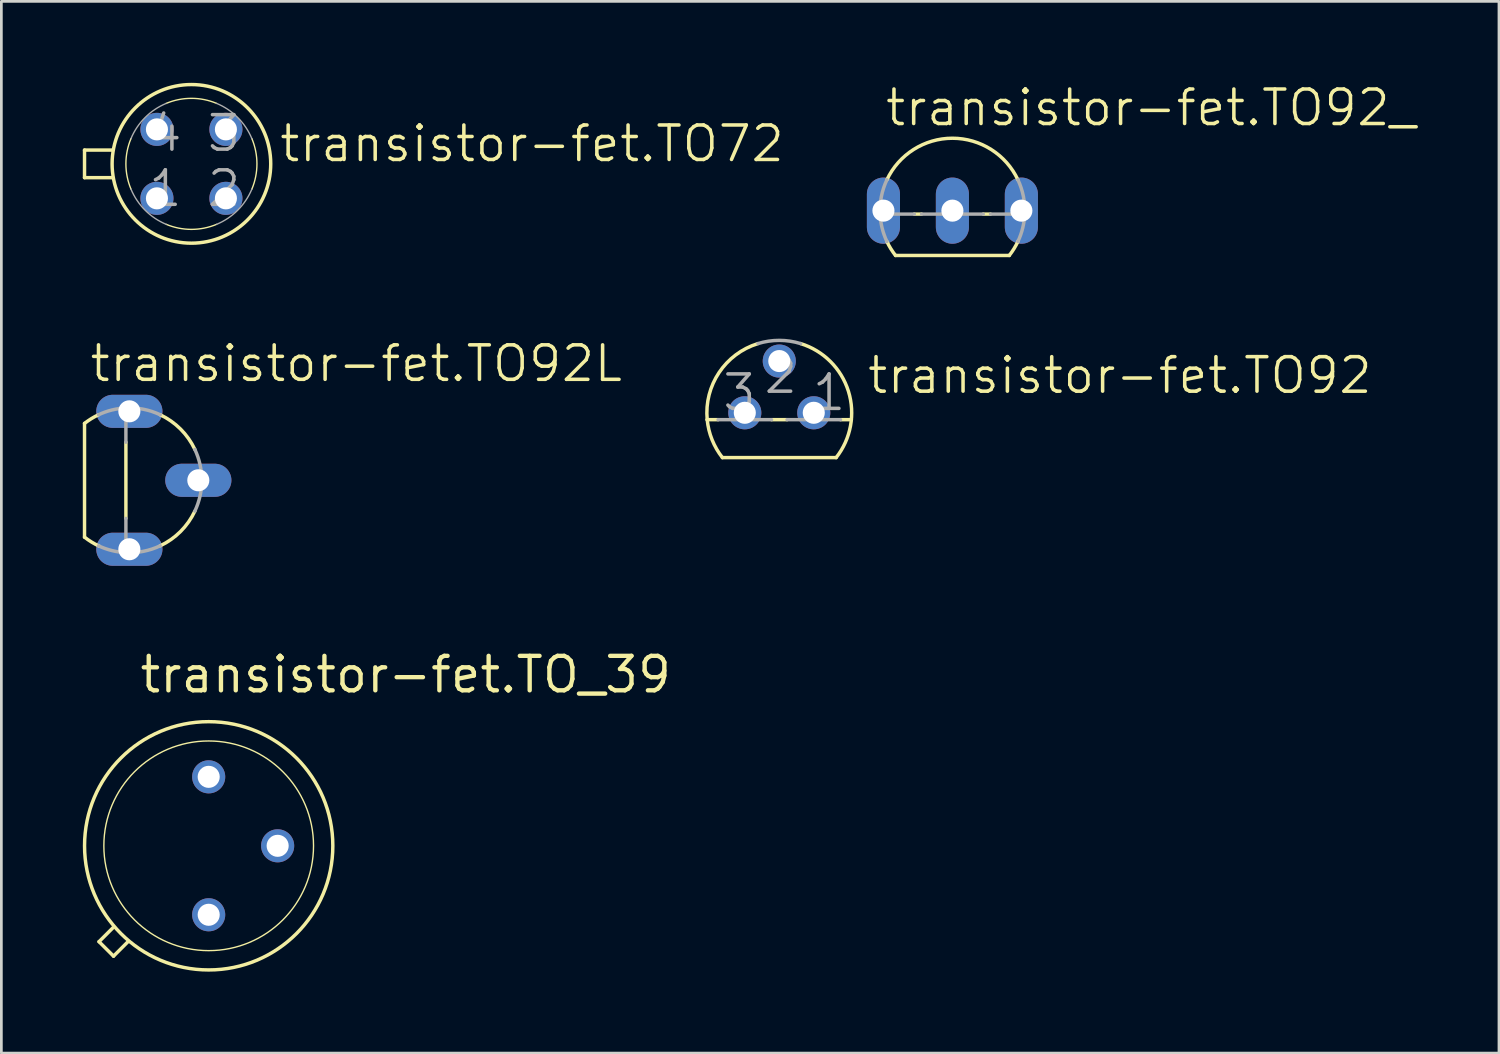
<source format=kicad_pcb>
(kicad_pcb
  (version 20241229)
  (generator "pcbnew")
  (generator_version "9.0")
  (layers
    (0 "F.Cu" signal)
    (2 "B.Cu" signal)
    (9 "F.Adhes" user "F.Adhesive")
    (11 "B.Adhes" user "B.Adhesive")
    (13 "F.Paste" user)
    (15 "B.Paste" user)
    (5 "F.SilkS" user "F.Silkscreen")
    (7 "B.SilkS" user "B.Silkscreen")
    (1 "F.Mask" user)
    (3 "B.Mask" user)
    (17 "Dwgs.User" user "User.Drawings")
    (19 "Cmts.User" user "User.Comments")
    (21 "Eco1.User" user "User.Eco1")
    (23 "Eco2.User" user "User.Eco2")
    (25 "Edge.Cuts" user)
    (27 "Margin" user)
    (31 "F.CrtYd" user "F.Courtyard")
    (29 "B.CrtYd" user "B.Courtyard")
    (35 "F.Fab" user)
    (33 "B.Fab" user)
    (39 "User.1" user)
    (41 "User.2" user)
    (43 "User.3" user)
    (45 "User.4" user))
  (footprint "transistor-fet.TO_39"
    (layer "F.Cu")
    (at 4.636 28.101)
    (property "Reference" "transistor-fet.TO_39" (at -2.616 -5.563 0) (layer "F.SilkS") (effects (font (size 1.27 1.27) (thickness 0.16)) (justify left bottom)))
    (attr through_hole)
    (fp_line (start -4.039 3.531) (end -3.505 2.997) (stroke (width 0.127) (type default)) (layer "F.SilkS"))
    (fp_line (start -3.505 4.064) (end -4.039 3.531) (stroke (width 0.127) (type default)) (layer "F.SilkS"))
    (fp_line (start -2.972 3.531) (end -3.505 4.064) (stroke (width 0.127) (type default)) (layer "F.SilkS"))
    (fp_circle (center 0 0) (end 3.861 0) (stroke (width 0.051) (type default)) (fill no) (layer "F.SilkS"))
    (fp_circle (center 0 0) (end 4.572 0) (stroke (width 0.127) (type default)) (fill no) (layer "F.SilkS"))
    (pad "1" thru_hole circle (at 0 2.54) (size 1.219 1.219) (drill 0.813) (layers "*.Cu" "*.Mask"))
    (pad "2" thru_hole circle (at 2.54 0) (size 1.219 1.219) (drill 0.813) (layers "*.Cu" "*.Mask"))
    (pad "3" thru_hole circle (at 0 -2.54) (size 1.219 1.219) (drill 0.813) (layers "*.Cu" "*.Mask")))
  (footprint "transistor-fet.TO92"
    (layer "F.Cu")
    (at 25.651 12.153)
    (property "Reference" "transistor-fet.TO92" (at 3.175 -0.635 0) (layer "F.SilkS") (effects (font (size 1.27 1.27) (thickness 0.13)) (justify left bottom)))
    (attr through_hole)
    (fp_line (start -2.655 0.254) (end -2.254 0.254) (stroke (width 0.127) (type default)) (layer "F.SilkS"))
    (fp_line (start -2.095 1.651) (end 2.095 1.651) (stroke (width 0.127) (type default)) (layer "F.SilkS"))
    (fp_line (start -0.286 0.254) (end 0.286 0.254) (stroke (width 0.127) (type default)) (layer "F.SilkS"))
    (fp_line (start 2.254 0.254) (end 2.655 0.254) (stroke (width 0.127) (type default)) (layer "F.SilkS"))
    (fp_arc (start -2.6549 0.254) (mid -2.219001 -1.479565) (end -0.7863 -2.5485) (stroke (width 0.127) (type default)) (layer "F.SilkS"))
    (fp_arc (start -2.0946 1.651) (mid -2.475346 0.992847) (end -2.6549 0.254) (stroke (width 0.127) (type default)) (layer "F.SilkS"))
    (fp_arc (start 0.7863 -2.5484) (mid 2.546276 -0.793203) (end 2.0945 1.651) (stroke (width 0.127) (type default)) (layer "F.SilkS"))
    (fp_line (start -2.254 0.254) (end -0.286 0.254) (stroke (width 0.127) (type default)) (layer "F.Fab"))
    (fp_line (start 0.286 0.254) (end 2.254 0.254) (stroke (width 0.127) (type default)) (layer "F.Fab"))
    (fp_arc (start -0.7863 -2.5485) (mid 0 -2.667043) (end 0.7863 -2.5485) (stroke (width 0.127) (type default)) (layer "F.Fab"))
    (fp_text user "2" (at -0.635 -0.635 0) (layer "F.Fab") (effects (font (size 1.27 1.27) (thickness 0.13)) (justify left bottom)))
    (fp_text user "1" (at 1.143 0 0) (layer "F.Fab") (effects (font (size 1.27 1.27) (thickness 0.13)) (justify left bottom)))
    (fp_text user "3" (at -2.159 0 0) (layer "F.Fab") (effects (font (size 1.27 1.27) (thickness 0.13)) (justify left bottom)))
    (pad "1" thru_hole circle (at 1.27 0) (size 1.219 1.219) (drill 0.813) (layers "*.Cu" "*.Mask"))
    (pad "2" thru_hole circle (at 0 -1.905) (size 1.219 1.219) (drill 0.813) (layers "*.Cu" "*.Mask"))
    (pad "3" thru_hole circle (at -1.27 0) (size 1.219 1.219) (drill 0.813) (layers "*.Cu" "*.Mask")))
  (footprint "transistor-fet.TO72"
    (layer "F.Cu")
    (at 4 2.985)
    (property "Reference" "transistor-fet.TO72" (at 3.175 0 0) (layer "F.SilkS") (effects (font (size 1.27 1.27) (thickness 0.13)) (justify left bottom)))
    (attr through_hole)
    (fp_line (start -3.937 -0.508) (end -2.896 -0.508) (stroke (width 0.127) (type default)) (layer "F.SilkS"))
    (fp_line (start -3.937 0.508) (end -3.937 -0.508) (stroke (width 0.127) (type default)) (layer "F.SilkS"))
    (fp_line (start -2.896 0.508) (end -3.937 0.508) (stroke (width 0.127) (type default)) (layer "F.SilkS"))
    (fp_arc (start -2.227 0.9289) (mid -2.412962 0) (end -2.227 -0.9289) (stroke (width 0.0508) (type default)) (layer "F.SilkS"))
    (fp_arc (start -0.9289 -2.227) (mid 0 -2.412962) (end 0.9289 -2.227) (stroke (width 0.0508) (type default)) (layer "F.SilkS"))
    (fp_arc (start 0.9289 2.227) (mid 0 2.412962) (end -0.9289 2.227) (stroke (width 0.0508) (type default)) (layer "F.SilkS"))
    (fp_arc (start 2.227 -0.9289) (mid 2.412962 0) (end 2.227 0.9289) (stroke (width 0.0508) (type default)) (layer "F.SilkS"))
    (fp_circle (center 0 0) (end 2.921 0) (stroke (width 0.127) (type default)) (fill no) (layer "F.SilkS"))
    (fp_arc (start -2.227 -0.9289) (mid -1.706222 -1.706222) (end -0.9289 -2.227) (stroke (width 0.0508) (type default)) (layer "F.Fab"))
    (fp_arc (start -0.9289 2.227) (mid -1.706222 1.706222) (end -2.227 0.9289) (stroke (width 0.0508) (type default)) (layer "F.Fab"))
    (fp_arc (start 0.9289 -2.227) (mid 1.706222 -1.706222) (end 2.227 -0.9289) (stroke (width 0.0508) (type default)) (layer "F.Fab"))
    (fp_arc (start 2.227 0.9289) (mid 1.706222 1.706222) (end 0.9289 2.227) (stroke (width 0.0508) (type default)) (layer "F.Fab"))
    (fp_text user "3" (at 0.508 -0.381 0) (layer "F.Fab") (effects (font (size 1.27 1.27) (thickness 0.13)) (justify left bottom)))
    (fp_text user "1" (at -1.651 1.651 0) (layer "F.Fab") (effects (font (size 1.27 1.27) (thickness 0.13)) (justify left bottom)))
    (fp_text user "2" (at 0.508 1.651 0) (layer "F.Fab") (effects (font (size 1.27 1.27) (thickness 0.13)) (justify left bottom)))
    (fp_text user "4" (at -1.651 -0.381 0) (layer "F.Fab") (effects (font (size 1.27 1.27) (thickness 0.13)) (justify left bottom)))
    (pad "1" thru_hole circle (at -1.27 1.27) (size 1.219 1.219) (drill 0.813) (layers "*.Cu" "*.Mask"))
    (pad "2" thru_hole circle (at 1.27 1.27) (size 1.219 1.219) (drill 0.813) (layers "*.Cu" "*.Mask"))
    (pad "3" thru_hole circle (at 1.27 -1.27) (size 1.219 1.219) (drill 0.813) (layers "*.Cu" "*.Mask"))
    (pad "4" thru_hole circle (at -1.27 -1.27) (size 1.219 1.219) (drill 0.813) (layers "*.Cu" "*.Mask")))
  (footprint "transistor-fet.TO92_"
    (layer "F.Cu")
    (at 32.027 4.708)
    (property "Reference" "transistor-fet.TO92_" (at -2.54 -3.048 0) (layer "F.SilkS") (effects (font (size 1.27 1.27) (thickness 0.13)) (justify left bottom)))
    (attr through_hole)
    (fp_line (start -2.095 1.651) (end 2.095 1.651) (stroke (width 0.127) (type default)) (layer "F.SilkS"))
    (fp_line (start -1.136 0.127) (end -1.404 0.127) (stroke (width 0.127) (type default)) (layer "F.SilkS"))
    (fp_line (start 1.404 0.127) (end 1.136 0.127) (stroke (width 0.127) (type default)) (layer "F.SilkS"))
    (fp_arc (start -2.413 -1.1359) (mid 0 -2.666985) (end 2.413 -1.1359) (stroke (width 0.127) (type default)) (layer "F.SilkS"))
    (fp_arc (start -2.0945 1.651) (mid -2.268418 1.40252) (end -2.413 1.1359) (stroke (width 0.127) (type default)) (layer "F.SilkS"))
    (fp_arc (start 2.4242 1.1118) (mid 2.275378 1.391201) (end 2.0945 1.651) (stroke (width 0.127) (type default)) (layer "F.SilkS"))
    (fp_line (start -1.404 0.127) (end -2.664 0.127) (stroke (width 0.127) (type default)) (layer "F.Fab"))
    (fp_line (start 1.136 0.127) (end -1.136 0.127) (stroke (width 0.127) (type default)) (layer "F.Fab"))
    (fp_line (start 2.664 0.127) (end 1.404 0.127) (stroke (width 0.127) (type default)) (layer "F.Fab"))
    (fp_arc (start -2.664 0.127) (mid -2.615858 -0.519825) (end -2.413 -1.1359) (stroke (width 0.127) (type default)) (layer "F.Fab"))
    (fp_arc (start -2.413 1.1359) (mid -2.588137 0.643799) (end -2.664 0.127) (stroke (width 0.127) (type default)) (layer "F.Fab"))
    (fp_arc (start 2.413 -1.1359) (mid 2.615858 -0.519825) (end 2.664 0.127) (stroke (width 0.127) (type default)) (layer "F.Fab"))
    (fp_arc (start 2.664 0.127) (mid 2.588137 0.643799) (end 2.413 1.1359) (stroke (width 0.127) (type default)) (layer "F.Fab"))
    (pad "1" thru_hole oval (at 2.54 0 90) (size 2.438 1.219) (drill 0.813) (layers "*.Cu" "*.Mask"))
    (pad "2" thru_hole oval (at 0 0 90) (size 2.438 1.219) (drill 0.813) (layers "*.Cu" "*.Mask"))
    (pad "3" thru_hole oval (at -2.54 0 90) (size 2.438 1.219) (drill 0.813) (layers "*.Cu" "*.Mask")))
  (footprint "transistor-fet.TO92L"
    (layer "F.Cu")
    (at 1.714 14.639)
    (property "Reference" "transistor-fet.TO92L" (at -1.524 -3.556 0) (layer "F.SilkS") (effects (font (size 1.27 1.27) (thickness 0.13)) (justify left bottom)))
    (attr through_hole)
    (fp_line (start -1.651 -2.095) (end -1.651 2.095) (stroke (width 0.127) (type default)) (layer "F.SilkS"))
    (fp_line (start -0.127 1.404) (end -0.127 -1.404) (stroke (width 0.127) (type default)) (layer "F.SilkS"))
    (fp_arc (start -1.651 -2.0945) (mid -1.40252 -2.268418) (end -1.1359 -2.413) (stroke (width 0.127) (type default)) (layer "F.SilkS"))
    (fp_arc (start -1.1118 2.4242) (mid -1.391201 2.275378) (end -1.651 2.0945) (stroke (width 0.127) (type default)) (layer "F.SilkS"))
    (fp_arc (start 1.1359 -2.413) (mid 1.885847 -1.885847) (end 2.413 -1.1359) (stroke (width 0.127) (type default)) (layer "F.SilkS"))
    (fp_arc (start 2.413 1.1359) (mid 1.885847 1.885847) (end 1.1359 2.413) (stroke (width 0.127) (type default)) (layer "F.SilkS"))
    (fp_line (start -0.127 -1.404) (end -0.127 -2.664) (stroke (width 0.127) (type default)) (layer "F.Fab"))
    (fp_line (start -0.127 2.664) (end -0.127 1.404) (stroke (width 0.127) (type default)) (layer "F.Fab"))
    (fp_arc (start -1.1359 -2.413) (mid -0.643799 -2.588137) (end -0.127 -2.664) (stroke (width 0.127) (type default)) (layer "F.Fab"))
    (fp_arc (start -0.127 -2.664) (mid 0.519825 -2.615858) (end 1.1359 -2.413) (stroke (width 0.127) (type default)) (layer "F.Fab"))
    (fp_arc (start -0.127 2.664) (mid -0.643799 2.588137) (end -1.1359 2.413) (stroke (width 0.127) (type default)) (layer "F.Fab"))
    (fp_arc (start 1.1359 2.413) (mid 0.519825 2.615858) (end -0.127 2.664) (stroke (width 0.127) (type default)) (layer "F.Fab"))
    (fp_arc (start 2.413 -1.1359) (mid 2.666991 0) (end 2.413 1.1359) (stroke (width 0.127) (type default)) (layer "F.Fab"))
    (pad "1" thru_hole oval (at 0 2.54) (size 2.438 1.219) (drill 0.813) (layers "*.Cu" "*.Mask"))
    (pad "2" thru_hole oval (at 2.54 0) (size 2.438 1.219) (drill 0.813) (layers "*.Cu" "*.Mask"))
    (pad "3" thru_hole oval (at 0 -2.54) (size 2.438 1.219) (drill 0.813) (layers "*.Cu" "*.Mask")))
  (gr_rect
    (start -3 -3)
    (end 52.157 35.736)
    (stroke (width 0.1) (type default))
    (fill no)
    (layer "Edge.Cuts")))
</source>
